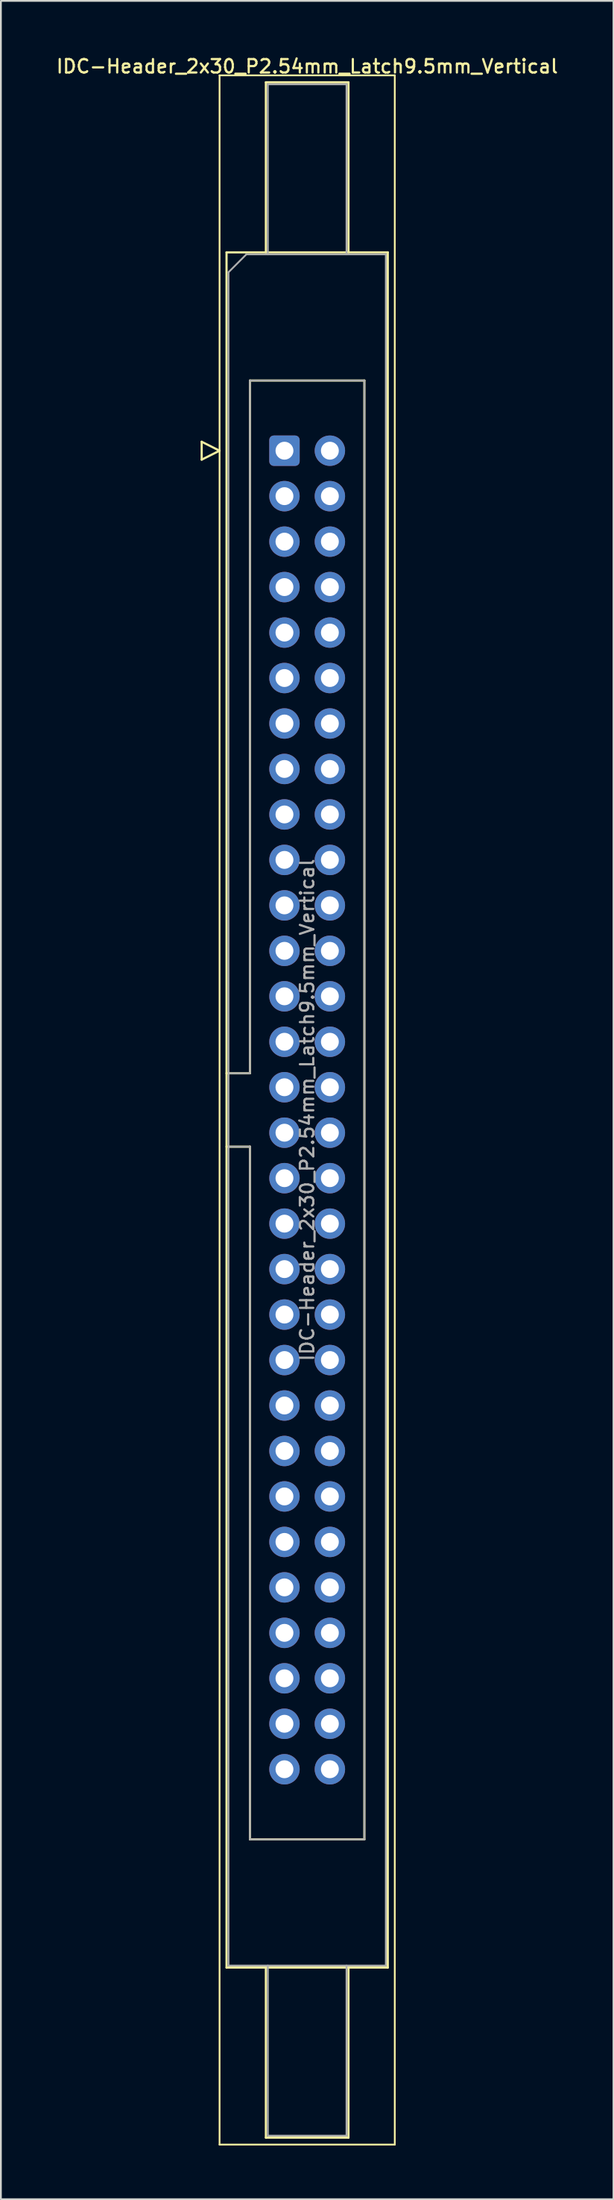
<source format=kicad_pcb>
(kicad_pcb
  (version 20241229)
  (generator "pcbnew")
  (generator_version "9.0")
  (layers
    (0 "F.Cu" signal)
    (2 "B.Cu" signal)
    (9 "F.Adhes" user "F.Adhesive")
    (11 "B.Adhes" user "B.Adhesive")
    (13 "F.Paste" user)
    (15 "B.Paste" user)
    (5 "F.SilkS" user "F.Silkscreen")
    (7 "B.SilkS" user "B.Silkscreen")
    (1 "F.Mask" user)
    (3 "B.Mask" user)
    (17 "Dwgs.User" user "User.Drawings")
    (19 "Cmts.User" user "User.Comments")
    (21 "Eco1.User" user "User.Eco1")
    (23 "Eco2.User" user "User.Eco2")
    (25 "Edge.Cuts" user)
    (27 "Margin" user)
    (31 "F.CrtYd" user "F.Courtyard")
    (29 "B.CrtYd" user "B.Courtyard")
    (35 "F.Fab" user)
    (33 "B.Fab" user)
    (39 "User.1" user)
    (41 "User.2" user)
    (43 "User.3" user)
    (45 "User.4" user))
  (footprint "IDC-Header_2x30_P2.54mm_Latch9.5mm_Vertical"
    (layer "F.Cu")
    (at 12.86 22.128)
    (property "Reference" "IDC-Header_2x30_P2.54mm_Latch9.5mm_Vertical" (at 1.27 -21.47 0) (layer "F.SilkS") (effects (font (size 0.75 0.75) (thickness 0.125))))
    (attr through_hole)
    (fp_line (start -4.63 -0.5) (end -4.63 0.5) (stroke (width 0.12) (type solid)) (layer "F.SilkS"))
    (fp_line (start -4.63 0.5) (end -3.63 0) (stroke (width 0.12) (type solid)) (layer "F.SilkS"))
    (fp_line (start -3.63 -20.97) (end -3.63 94.63) (stroke (width 0.1) (type solid)) (layer "F.SilkS"))
    (fp_line (start -3.63 0) (end -4.63 -0.5) (stroke (width 0.12) (type solid)) (layer "F.SilkS"))
    (fp_line (start -3.63 94.63) (end 6.17 94.63) (stroke (width 0.1) (type solid)) (layer "F.SilkS"))
    (fp_line (start -3.24 -11.08) (end 5.78 -11.08) (stroke (width 0.12) (type solid)) (layer "F.SilkS"))
    (fp_line (start -3.24 34.78) (end -1.93 34.78) (stroke (width 0.12) (type solid)) (layer "F.SilkS"))
    (fp_line (start -3.24 84.74) (end -3.24 -11.08) (stroke (width 0.12) (type solid)) (layer "F.SilkS"))
    (fp_line (start -1.93 -3.92) (end 4.47 -3.92) (stroke (width 0.12) (type solid)) (layer "F.SilkS"))
    (fp_line (start -1.93 34.78) (end -1.93 -3.92) (stroke (width 0.12) (type solid)) (layer "F.SilkS"))
    (fp_line (start -1.93 38.88) (end -3.24 38.88) (stroke (width 0.12) (type solid)) (layer "F.SilkS"))
    (fp_line (start -1.93 38.88) (end -1.93 38.88) (stroke (width 0.12) (type solid)) (layer "F.SilkS"))
    (fp_line (start -1.93 77.58) (end -1.93 38.88) (stroke (width 0.12) (type solid)) (layer "F.SilkS"))
    (fp_line (start -1.04 -20.58) (end 3.58 -20.58) (stroke (width 0.12) (type solid)) (layer "F.SilkS"))
    (fp_line (start -1.04 -11.08) (end -1.04 -20.58) (stroke (width 0.12) (type solid)) (layer "F.SilkS"))
    (fp_line (start -1.04 84.74) (end -1.04 94.24) (stroke (width 0.12) (type solid)) (layer "F.SilkS"))
    (fp_line (start -1.04 94.24) (end 3.58 94.24) (stroke (width 0.12) (type solid)) (layer "F.SilkS"))
    (fp_line (start 3.58 -20.58) (end 3.58 -11.08) (stroke (width 0.12) (type solid)) (layer "F.SilkS"))
    (fp_line (start 3.58 94.24) (end 3.58 84.74) (stroke (width 0.12) (type solid)) (layer "F.SilkS"))
    (fp_line (start 4.47 -3.92) (end 4.47 77.58) (stroke (width 0.12) (type solid)) (layer "F.SilkS"))
    (fp_line (start 4.47 77.58) (end -1.93 77.58) (stroke (width 0.12) (type solid)) (layer "F.SilkS"))
    (fp_line (start 5.78 -11.08) (end 5.78 84.74) (stroke (width 0.12) (type solid)) (layer "F.SilkS"))
    (fp_line (start 5.78 84.74) (end -3.24 84.74) (stroke (width 0.12) (type solid)) (layer "F.SilkS"))
    (fp_line (start 6.17 -20.97) (end -3.63 -20.97) (stroke (width 0.1) (type solid)) (layer "F.SilkS"))
    (fp_line (start 6.17 94.63) (end 6.17 -20.97) (stroke (width 0.1) (type solid)) (layer "F.SilkS"))
    (fp_line (start -3.13 -9.97) (end -2.13 -10.97) (stroke (width 0.1) (type solid)) (layer "F.Fab"))
    (fp_line (start -3.13 34.78) (end -1.93 34.78) (stroke (width 0.1) (type solid)) (layer "F.Fab"))
    (fp_line (start -3.13 84.63) (end -3.13 -9.97) (stroke (width 0.1) (type solid)) (layer "F.Fab"))
    (fp_line (start -2.13 -10.97) (end 5.67 -10.97) (stroke (width 0.1) (type solid)) (layer "F.Fab"))
    (fp_line (start -1.93 -3.92) (end 4.47 -3.92) (stroke (width 0.1) (type solid)) (layer "F.Fab"))
    (fp_line (start -1.93 34.78) (end -1.93 -3.92) (stroke (width 0.1) (type solid)) (layer "F.Fab"))
    (fp_line (start -1.93 38.88) (end -3.13 38.88) (stroke (width 0.1) (type solid)) (layer "F.Fab"))
    (fp_line (start -1.93 38.88) (end -1.93 38.88) (stroke (width 0.1) (type solid)) (layer "F.Fab"))
    (fp_line (start -1.93 77.58) (end -1.93 38.88) (stroke (width 0.1) (type solid)) (layer "F.Fab"))
    (fp_line (start -0.93 -20.47) (end 3.47 -20.47) (stroke (width 0.1) (type solid)) (layer "F.Fab"))
    (fp_line (start -0.93 -10.97) (end -0.93 -20.47) (stroke (width 0.1) (type solid)) (layer "F.Fab"))
    (fp_line (start -0.93 84.63) (end -0.93 94.13) (stroke (width 0.1) (type solid)) (layer "F.Fab"))
    (fp_line (start -0.93 94.13) (end 3.47 94.13) (stroke (width 0.1) (type solid)) (layer "F.Fab"))
    (fp_line (start 3.47 -20.47) (end 3.47 -10.97) (stroke (width 0.1) (type solid)) (layer "F.Fab"))
    (fp_line (start 3.47 94.13) (end 3.47 84.63) (stroke (width 0.1) (type solid)) (layer "F.Fab"))
    (fp_line (start 4.47 -3.92) (end 4.47 77.58) (stroke (width 0.1) (type solid)) (layer "F.Fab"))
    (fp_line (start 4.47 77.58) (end -1.93 77.58) (stroke (width 0.1) (type solid)) (layer "F.Fab"))
    (fp_line (start 5.67 -10.97) (end 5.67 84.63) (stroke (width 0.1) (type solid)) (layer "F.Fab"))
    (fp_line (start 5.67 84.63) (end -3.13 84.63) (stroke (width 0.1) (type solid)) (layer "F.Fab"))
    (fp_text user "${REFERENCE}" (at 1.27 36.83 90) (layer "F.Fab") (effects (font (size 0.75 0.75) (thickness 0.125))))
    (pad "1" thru_hole roundrect (at 0 0) (size 1.7 1.7) (drill 1) (layers "*.Cu" "*.Mask") (roundrect_rratio 0.147))
    (pad "2" thru_hole circle (at 2.54 0) (size 1.7 1.7) (drill 1) (layers "*.Cu" "*.Mask"))
    (pad "3" thru_hole circle (at 0 2.54) (size 1.7 1.7) (drill 1) (layers "*.Cu" "*.Mask"))
    (pad "4" thru_hole circle (at 2.54 2.54) (size 1.7 1.7) (drill 1) (layers "*.Cu" "*.Mask"))
    (pad "5" thru_hole circle (at 0 5.08) (size 1.7 1.7) (drill 1) (layers "*.Cu" "*.Mask"))
    (pad "6" thru_hole circle (at 2.54 5.08) (size 1.7 1.7) (drill 1) (layers "*.Cu" "*.Mask"))
    (pad "7" thru_hole circle (at 0 7.62) (size 1.7 1.7) (drill 1) (layers "*.Cu" "*.Mask"))
    (pad "8" thru_hole circle (at 2.54 7.62) (size 1.7 1.7) (drill 1) (layers "*.Cu" "*.Mask"))
    (pad "9" thru_hole circle (at 0 10.16) (size 1.7 1.7) (drill 1) (layers "*.Cu" "*.Mask"))
    (pad "10" thru_hole circle (at 2.54 10.16) (size 1.7 1.7) (drill 1) (layers "*.Cu" "*.Mask"))
    (pad "11" thru_hole circle (at 0 12.7) (size 1.7 1.7) (drill 1) (layers "*.Cu" "*.Mask"))
    (pad "12" thru_hole circle (at 2.54 12.7) (size 1.7 1.7) (drill 1) (layers "*.Cu" "*.Mask"))
    (pad "13" thru_hole circle (at 0 15.24) (size 1.7 1.7) (drill 1) (layers "*.Cu" "*.Mask"))
    (pad "14" thru_hole circle (at 2.54 15.24) (size 1.7 1.7) (drill 1) (layers "*.Cu" "*.Mask"))
    (pad "15" thru_hole circle (at 0 17.78) (size 1.7 1.7) (drill 1) (layers "*.Cu" "*.Mask"))
    (pad "16" thru_hole circle (at 2.54 17.78) (size 1.7 1.7) (drill 1) (layers "*.Cu" "*.Mask"))
    (pad "17" thru_hole circle (at 0 20.32) (size 1.7 1.7) (drill 1) (layers "*.Cu" "*.Mask"))
    (pad "18" thru_hole circle (at 2.54 20.32) (size 1.7 1.7) (drill 1) (layers "*.Cu" "*.Mask"))
    (pad "19" thru_hole circle (at 0 22.86) (size 1.7 1.7) (drill 1) (layers "*.Cu" "*.Mask"))
    (pad "20" thru_hole circle (at 2.54 22.86) (size 1.7 1.7) (drill 1) (layers "*.Cu" "*.Mask"))
    (pad "21" thru_hole circle (at 0 25.4) (size 1.7 1.7) (drill 1) (layers "*.Cu" "*.Mask"))
    (pad "22" thru_hole circle (at 2.54 25.4) (size 1.7 1.7) (drill 1) (layers "*.Cu" "*.Mask"))
    (pad "23" thru_hole circle (at 0 27.94) (size 1.7 1.7) (drill 1) (layers "*.Cu" "*.Mask"))
    (pad "24" thru_hole circle (at 2.54 27.94) (size 1.7 1.7) (drill 1) (layers "*.Cu" "*.Mask"))
    (pad "25" thru_hole circle (at 0 30.48) (size 1.7 1.7) (drill 1) (layers "*.Cu" "*.Mask"))
    (pad "26" thru_hole circle (at 2.54 30.48) (size 1.7 1.7) (drill 1) (layers "*.Cu" "*.Mask"))
    (pad "27" thru_hole circle (at 0 33.02) (size 1.7 1.7) (drill 1) (layers "*.Cu" "*.Mask"))
    (pad "28" thru_hole circle (at 2.54 33.02) (size 1.7 1.7) (drill 1) (layers "*.Cu" "*.Mask"))
    (pad "29" thru_hole circle (at 0 35.56) (size 1.7 1.7) (drill 1) (layers "*.Cu" "*.Mask"))
    (pad "30" thru_hole circle (at 2.54 35.56) (size 1.7 1.7) (drill 1) (layers "*.Cu" "*.Mask"))
    (pad "31" thru_hole circle (at 0 38.1) (size 1.7 1.7) (drill 1) (layers "*.Cu" "*.Mask"))
    (pad "32" thru_hole circle (at 2.54 38.1) (size 1.7 1.7) (drill 1) (layers "*.Cu" "*.Mask"))
    (pad "33" thru_hole circle (at 0 40.64) (size 1.7 1.7) (drill 1) (layers "*.Cu" "*.Mask"))
    (pad "34" thru_hole circle (at 2.54 40.64) (size 1.7 1.7) (drill 1) (layers "*.Cu" "*.Mask"))
    (pad "35" thru_hole circle (at 0 43.18) (size 1.7 1.7) (drill 1) (layers "*.Cu" "*.Mask"))
    (pad "36" thru_hole circle (at 2.54 43.18) (size 1.7 1.7) (drill 1) (layers "*.Cu" "*.Mask"))
    (pad "37" thru_hole circle (at 0 45.72) (size 1.7 1.7) (drill 1) (layers "*.Cu" "*.Mask"))
    (pad "38" thru_hole circle (at 2.54 45.72) (size 1.7 1.7) (drill 1) (layers "*.Cu" "*.Mask"))
    (pad "39" thru_hole circle (at 0 48.26) (size 1.7 1.7) (drill 1) (layers "*.Cu" "*.Mask"))
    (pad "40" thru_hole circle (at 2.54 48.26) (size 1.7 1.7) (drill 1) (layers "*.Cu" "*.Mask"))
    (pad "41" thru_hole circle (at 0 50.8) (size 1.7 1.7) (drill 1) (layers "*.Cu" "*.Mask"))
    (pad "42" thru_hole circle (at 2.54 50.8) (size 1.7 1.7) (drill 1) (layers "*.Cu" "*.Mask"))
    (pad "43" thru_hole circle (at 0 53.34) (size 1.7 1.7) (drill 1) (layers "*.Cu" "*.Mask"))
    (pad "44" thru_hole circle (at 2.54 53.34) (size 1.7 1.7) (drill 1) (layers "*.Cu" "*.Mask"))
    (pad "45" thru_hole circle (at 0 55.88) (size 1.7 1.7) (drill 1) (layers "*.Cu" "*.Mask"))
    (pad "46" thru_hole circle (at 2.54 55.88) (size 1.7 1.7) (drill 1) (layers "*.Cu" "*.Mask"))
    (pad "47" thru_hole circle (at 0 58.42) (size 1.7 1.7) (drill 1) (layers "*.Cu" "*.Mask"))
    (pad "48" thru_hole circle (at 2.54 58.42) (size 1.7 1.7) (drill 1) (layers "*.Cu" "*.Mask"))
    (pad "49" thru_hole circle (at 0 60.96) (size 1.7 1.7) (drill 1) (layers "*.Cu" "*.Mask"))
    (pad "50" thru_hole circle (at 2.54 60.96) (size 1.7 1.7) (drill 1) (layers "*.Cu" "*.Mask"))
    (pad "51" thru_hole circle (at 0 63.5) (size 1.7 1.7) (drill 1) (layers "*.Cu" "*.Mask"))
    (pad "52" thru_hole circle (at 2.54 63.5) (size 1.7 1.7) (drill 1) (layers "*.Cu" "*.Mask"))
    (pad "53" thru_hole circle (at 0 66.04) (size 1.7 1.7) (drill 1) (layers "*.Cu" "*.Mask"))
    (pad "54" thru_hole circle (at 2.54 66.04) (size 1.7 1.7) (drill 1) (layers "*.Cu" "*.Mask"))
    (pad "55" thru_hole circle (at 0 68.58) (size 1.7 1.7) (drill 1) (layers "*.Cu" "*.Mask"))
    (pad "56" thru_hole circle (at 2.54 68.58) (size 1.7 1.7) (drill 1) (layers "*.Cu" "*.Mask"))
    (pad "57" thru_hole circle (at 0 71.12) (size 1.7 1.7) (drill 1) (layers "*.Cu" "*.Mask"))
    (pad "58" thru_hole circle (at 2.54 71.12) (size 1.7 1.7) (drill 1) (layers "*.Cu" "*.Mask"))
    (pad "59" thru_hole circle (at 0 73.66) (size 1.7 1.7) (drill 1) (layers "*.Cu" "*.Mask"))
    (pad "60" thru_hole circle (at 2.54 73.66) (size 1.7 1.7) (drill 1) (layers "*.Cu" "*.Mask")))
  (gr_rect
    (start -3 -3)
    (end 31.261 119.808)
    (stroke (width 0.1) (type default))
    (fill no)
    (layer "Edge.Cuts")))
</source>
